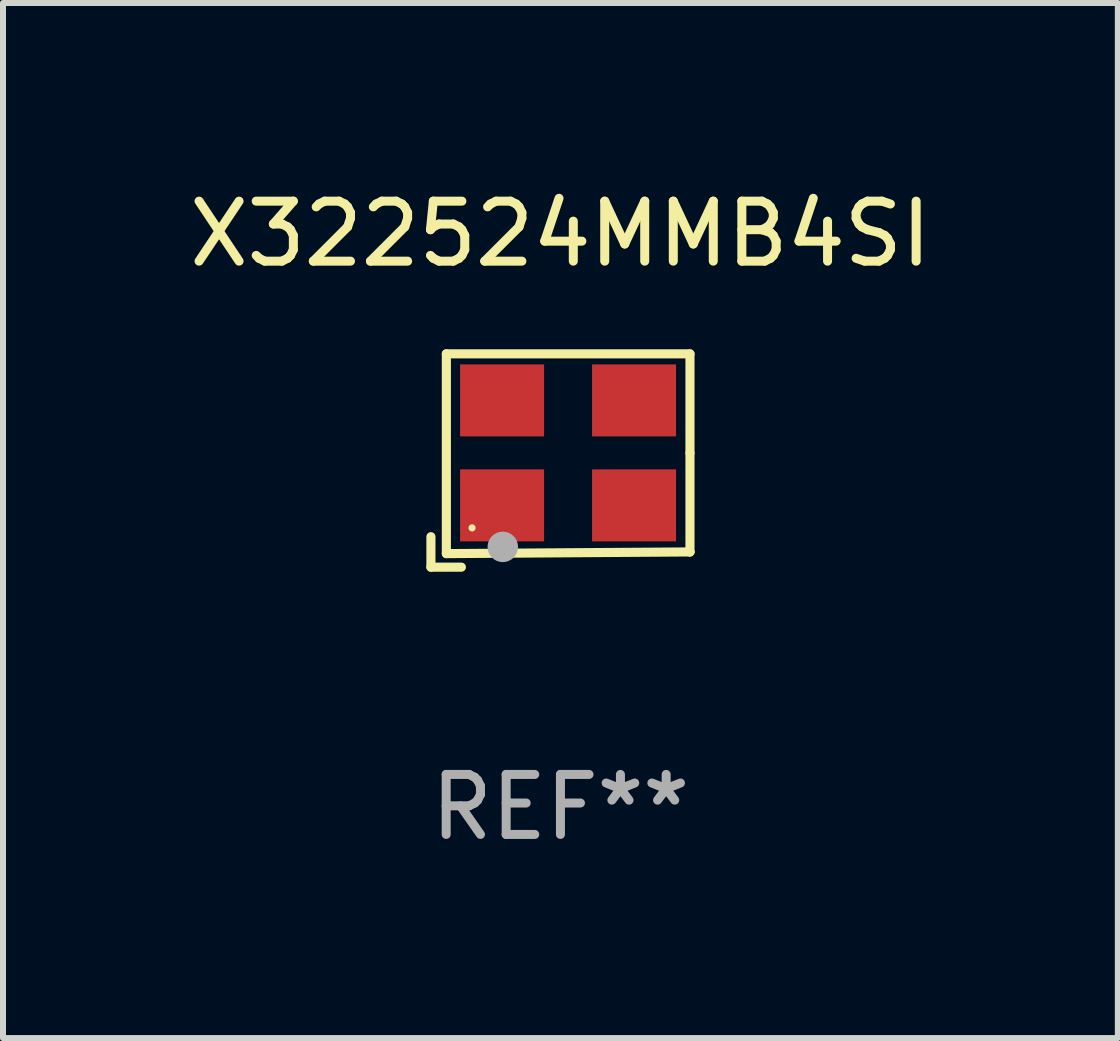
<source format=kicad_pcb>
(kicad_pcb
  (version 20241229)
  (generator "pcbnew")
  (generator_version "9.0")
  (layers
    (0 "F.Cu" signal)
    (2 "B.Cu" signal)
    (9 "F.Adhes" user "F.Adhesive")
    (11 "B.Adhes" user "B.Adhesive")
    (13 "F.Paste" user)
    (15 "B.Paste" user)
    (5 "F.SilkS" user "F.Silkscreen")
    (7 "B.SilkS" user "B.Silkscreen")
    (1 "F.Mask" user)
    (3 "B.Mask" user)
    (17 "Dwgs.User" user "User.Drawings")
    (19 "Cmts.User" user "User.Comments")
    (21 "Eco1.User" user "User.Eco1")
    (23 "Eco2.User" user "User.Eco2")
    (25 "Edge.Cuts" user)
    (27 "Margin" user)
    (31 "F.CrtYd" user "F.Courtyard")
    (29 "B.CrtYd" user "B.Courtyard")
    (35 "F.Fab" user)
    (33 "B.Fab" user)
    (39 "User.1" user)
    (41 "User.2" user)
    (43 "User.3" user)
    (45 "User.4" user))
  (footprint "X322524MMB4SI"
    (layer "F.Cu")
    (at 6.292 4.626)
    (property "Reference" "X322524MMB4SI" (at 0 -3.778 0) (layer "F.SilkS") (effects (font (size 1 1) (thickness 0.15))))
    (attr through_hole)
    (fp_line (start -2.159 1.27) (end -2.159 1.778) (stroke (width 0.152) (type solid)) (layer "F.SilkS"))
    (fp_line (start -2.159 1.778) (end -1.651 1.778) (stroke (width 0.152) (type solid)) (layer "F.SilkS"))
    (fp_line (start -1.902 -1.778) (end 2.159 -1.778) (stroke (width 0.152) (type solid)) (layer "F.SilkS"))
    (fp_line (start -1.902 1.552) (end -1.902 -1.778) (stroke (width 0.152) (type solid)) (layer "F.SilkS"))
    (fp_line (start 2.159 -1.778) (end 2.159 -0.127) (stroke (width 0.152) (type solid)) (layer "F.SilkS"))
    (fp_line (start 2.159 -0.127) (end 2.159 1.524) (stroke (width 0.152) (type solid)) (layer "F.SilkS"))
    (fp_line (start 2.159 1.524) (end -1.902 1.552) (stroke (width 0.152) (type solid)) (layer "F.SilkS"))
    (fp_line (start 2.159 1.524) (end 2.159 1.524) (stroke (width 0.152) (type solid)) (layer "F.SilkS"))
    (fp_circle (center -1.473 1.123) (end -1.443 1.123) (stroke (width 0.06) (type solid)) (fill no) (layer "F.SilkS"))
    (fp_circle (center -0.961 1.44) (end -0.834 1.44) (stroke (width 0.254) (type solid)) (fill no) (layer "F.Fab"))
    (fp_text user "REF**" (at 0 5.778 0) (layer "F.Fab") (effects (font (size 1 1) (thickness 0.15))))
    (pad "1" smd rect (at -0.973 0.748) (size 1.4 1.2) (layers "F.Cu" "F.Mask" "F.Paste"))
    (pad "2" smd rect (at 1.227 0.748) (size 1.4 1.2) (layers "F.Cu" "F.Mask" "F.Paste"))
    (pad "3" smd rect (at 1.227 -1.002) (size 1.4 1.2) (layers "F.Cu" "F.Mask" "F.Paste"))
    (pad "4" smd rect (at -0.973 -1.002) (size 1.4 1.2) (layers "F.Cu" "F.Mask" "F.Paste")))
  (gr_rect
    (start -3 -3)
    (end 15.583 14.253)
    (stroke (width 0.1) (type default))
    (fill no)
    (layer "Edge.Cuts")))
</source>
